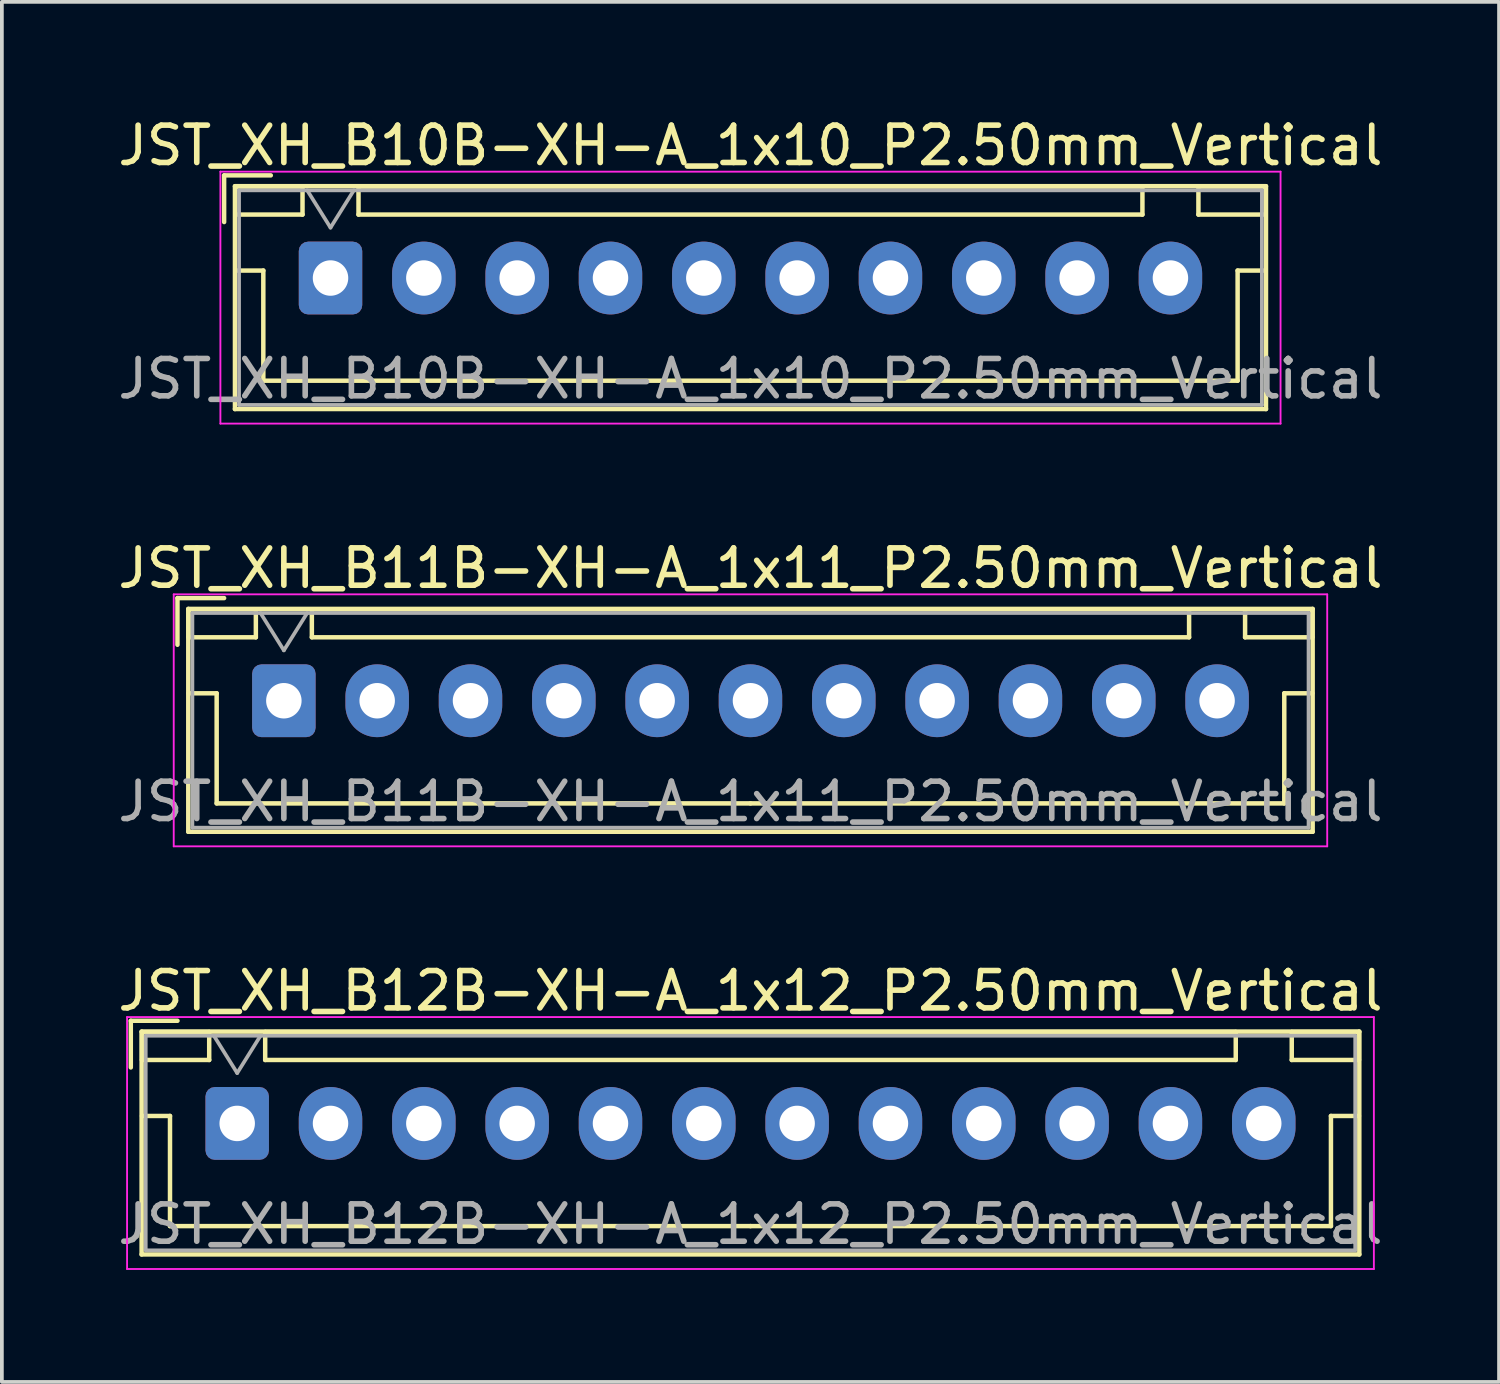
<source format=kicad_pcb>
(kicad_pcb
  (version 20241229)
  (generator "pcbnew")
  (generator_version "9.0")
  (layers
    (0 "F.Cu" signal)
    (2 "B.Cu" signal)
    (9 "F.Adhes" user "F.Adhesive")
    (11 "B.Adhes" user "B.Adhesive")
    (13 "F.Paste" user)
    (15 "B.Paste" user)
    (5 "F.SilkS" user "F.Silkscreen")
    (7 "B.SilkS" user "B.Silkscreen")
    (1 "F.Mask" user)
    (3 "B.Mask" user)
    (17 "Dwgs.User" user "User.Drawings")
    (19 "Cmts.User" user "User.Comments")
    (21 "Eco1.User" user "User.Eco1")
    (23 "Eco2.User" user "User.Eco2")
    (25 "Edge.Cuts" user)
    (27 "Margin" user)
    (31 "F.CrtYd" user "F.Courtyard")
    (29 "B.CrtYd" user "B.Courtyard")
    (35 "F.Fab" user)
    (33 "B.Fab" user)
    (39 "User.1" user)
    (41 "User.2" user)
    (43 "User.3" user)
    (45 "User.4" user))
  (footprint "JST_XH_B11B-XH-A_1x11_P2.50mm_Vertical"
    (layer "F.Cu")
    (at 4.554 15.722)
    (property "Reference" "JST_XH_B11B-XH-A_1x11_P2.50mm_Vertical" (at 12.5 -3.55 0) (layer "F.SilkS") (effects (font (size 1 1) (thickness 0.15))))
    (attr through_hole)
    (fp_line (start -2.85 -2.75) (end -2.85 -1.5) (stroke (width 0.12) (type solid)) (layer "F.SilkS"))
    (fp_line (start -2.56 -2.46) (end -2.56 3.51) (stroke (width 0.12) (type solid)) (layer "F.SilkS"))
    (fp_line (start -2.56 3.51) (end 27.56 3.51) (stroke (width 0.12) (type solid)) (layer "F.SilkS"))
    (fp_line (start -2.55 -2.45) (end -2.55 -1.7) (stroke (width 0.12) (type solid)) (layer "F.SilkS"))
    (fp_line (start -2.55 -1.7) (end -0.75 -1.7) (stroke (width 0.12) (type solid)) (layer "F.SilkS"))
    (fp_line (start -2.55 -0.2) (end -1.8 -0.2) (stroke (width 0.12) (type solid)) (layer "F.SilkS"))
    (fp_line (start -1.8 -0.2) (end -1.8 2.75) (stroke (width 0.12) (type solid)) (layer "F.SilkS"))
    (fp_line (start -1.8 2.75) (end 12.5 2.75) (stroke (width 0.12) (type solid)) (layer "F.SilkS"))
    (fp_line (start -1.6 -2.75) (end -2.85 -2.75) (stroke (width 0.12) (type solid)) (layer "F.SilkS"))
    (fp_line (start -0.75 -2.45) (end -2.55 -2.45) (stroke (width 0.12) (type solid)) (layer "F.SilkS"))
    (fp_line (start -0.75 -1.7) (end -0.75 -2.45) (stroke (width 0.12) (type solid)) (layer "F.SilkS"))
    (fp_line (start 0.75 -2.45) (end 0.75 -1.7) (stroke (width 0.12) (type solid)) (layer "F.SilkS"))
    (fp_line (start 0.75 -1.7) (end 24.25 -1.7) (stroke (width 0.12) (type solid)) (layer "F.SilkS"))
    (fp_line (start 24.25 -2.45) (end 0.75 -2.45) (stroke (width 0.12) (type solid)) (layer "F.SilkS"))
    (fp_line (start 24.25 -1.7) (end 24.25 -2.45) (stroke (width 0.12) (type solid)) (layer "F.SilkS"))
    (fp_line (start 25.75 -2.45) (end 25.75 -1.7) (stroke (width 0.12) (type solid)) (layer "F.SilkS"))
    (fp_line (start 25.75 -1.7) (end 27.55 -1.7) (stroke (width 0.12) (type solid)) (layer "F.SilkS"))
    (fp_line (start 26.8 -0.2) (end 26.8 2.75) (stroke (width 0.12) (type solid)) (layer "F.SilkS"))
    (fp_line (start 26.8 2.75) (end 12.5 2.75) (stroke (width 0.12) (type solid)) (layer "F.SilkS"))
    (fp_line (start 27.55 -2.45) (end 25.75 -2.45) (stroke (width 0.12) (type solid)) (layer "F.SilkS"))
    (fp_line (start 27.55 -1.7) (end 27.55 -2.45) (stroke (width 0.12) (type solid)) (layer "F.SilkS"))
    (fp_line (start 27.55 -0.2) (end 26.8 -0.2) (stroke (width 0.12) (type solid)) (layer "F.SilkS"))
    (fp_line (start 27.56 -2.46) (end -2.56 -2.46) (stroke (width 0.12) (type solid)) (layer "F.SilkS"))
    (fp_line (start 27.56 3.51) (end 27.56 -2.46) (stroke (width 0.12) (type solid)) (layer "F.SilkS"))
    (fp_line (start -2.95 -2.85) (end -2.95 3.9) (stroke (width 0.05) (type solid)) (layer "F.CrtYd"))
    (fp_line (start -2.95 3.9) (end 27.95 3.9) (stroke (width 0.05) (type solid)) (layer "F.CrtYd"))
    (fp_line (start 27.95 -2.85) (end -2.95 -2.85) (stroke (width 0.05) (type solid)) (layer "F.CrtYd"))
    (fp_line (start 27.95 3.9) (end 27.95 -2.85) (stroke (width 0.05) (type solid)) (layer "F.CrtYd"))
    (fp_line (start -2.45 -2.35) (end -2.45 3.4) (stroke (width 0.1) (type solid)) (layer "F.Fab"))
    (fp_line (start -2.45 3.4) (end 27.45 3.4) (stroke (width 0.1) (type solid)) (layer "F.Fab"))
    (fp_line (start -0.625 -2.35) (end 0 -1.35) (stroke (width 0.1) (type solid)) (layer "F.Fab"))
    (fp_line (start 0 -1.35) (end 0.625 -2.35) (stroke (width 0.1) (type solid)) (layer "F.Fab"))
    (fp_line (start 27.45 -2.35) (end -2.45 -2.35) (stroke (width 0.1) (type solid)) (layer "F.Fab"))
    (fp_line (start 27.45 3.4) (end 27.45 -2.35) (stroke (width 0.1) (type solid)) (layer "F.Fab"))
    (fp_text user "${REFERENCE}" (at 12.5 2.7 0) (layer "F.Fab") (effects (font (size 1 1) (thickness 0.15))))
    (pad "1" thru_hole roundrect (at 0 0) (size 1.7 1.95) (drill 0.95) (layers "*.Cu" "*.Mask") (roundrect_rratio 0.147))
    (pad "2" thru_hole oval (at 2.5 0) (size 1.7 1.95) (drill 0.95) (layers "*.Cu" "*.Mask"))
    (pad "3" thru_hole oval (at 5 0) (size 1.7 1.95) (drill 0.95) (layers "*.Cu" "*.Mask"))
    (pad "4" thru_hole oval (at 7.5 0) (size 1.7 1.95) (drill 0.95) (layers "*.Cu" "*.Mask"))
    (pad "5" thru_hole oval (at 10 0) (size 1.7 1.95) (drill 0.95) (layers "*.Cu" "*.Mask"))
    (pad "6" thru_hole oval (at 12.5 0) (size 1.7 1.95) (drill 0.95) (layers "*.Cu" "*.Mask"))
    (pad "7" thru_hole oval (at 15 0) (size 1.7 1.95) (drill 0.95) (layers "*.Cu" "*.Mask"))
    (pad "8" thru_hole oval (at 17.5 0) (size 1.7 1.95) (drill 0.95) (layers "*.Cu" "*.Mask"))
    (pad "9" thru_hole oval (at 20 0) (size 1.7 1.95) (drill 0.95) (layers "*.Cu" "*.Mask"))
    (pad "10" thru_hole oval (at 22.5 0) (size 1.7 1.95) (drill 0.95) (layers "*.Cu" "*.Mask"))
    (pad "11" thru_hole oval (at 25 0) (size 1.7 1.95) (drill 0.95) (layers "*.Cu" "*.Mask")))
  (footprint "JST_XH_B10B-XH-A_1x10_P2.50mm_Vertical"
    (layer "F.Cu")
    (at 5.804 4.398)
    (property "Reference" "JST_XH_B10B-XH-A_1x10_P2.50mm_Vertical" (at 11.25 -3.55 0) (layer "F.SilkS") (effects (font (size 1 1) (thickness 0.15))))
    (attr through_hole)
    (fp_line (start -2.85 -2.75) (end -2.85 -1.5) (stroke (width 0.12) (type solid)) (layer "F.SilkS"))
    (fp_line (start -2.56 -2.46) (end -2.56 3.51) (stroke (width 0.12) (type solid)) (layer "F.SilkS"))
    (fp_line (start -2.56 3.51) (end 25.06 3.51) (stroke (width 0.12) (type solid)) (layer "F.SilkS"))
    (fp_line (start -2.55 -2.45) (end -2.55 -1.7) (stroke (width 0.12) (type solid)) (layer "F.SilkS"))
    (fp_line (start -2.55 -1.7) (end -0.75 -1.7) (stroke (width 0.12) (type solid)) (layer "F.SilkS"))
    (fp_line (start -2.55 -0.2) (end -1.8 -0.2) (stroke (width 0.12) (type solid)) (layer "F.SilkS"))
    (fp_line (start -1.8 -0.2) (end -1.8 2.75) (stroke (width 0.12) (type solid)) (layer "F.SilkS"))
    (fp_line (start -1.8 2.75) (end 11.25 2.75) (stroke (width 0.12) (type solid)) (layer "F.SilkS"))
    (fp_line (start -1.6 -2.75) (end -2.85 -2.75) (stroke (width 0.12) (type solid)) (layer "F.SilkS"))
    (fp_line (start -0.75 -2.45) (end -2.55 -2.45) (stroke (width 0.12) (type solid)) (layer "F.SilkS"))
    (fp_line (start -0.75 -1.7) (end -0.75 -2.45) (stroke (width 0.12) (type solid)) (layer "F.SilkS"))
    (fp_line (start 0.75 -2.45) (end 0.75 -1.7) (stroke (width 0.12) (type solid)) (layer "F.SilkS"))
    (fp_line (start 0.75 -1.7) (end 21.75 -1.7) (stroke (width 0.12) (type solid)) (layer "F.SilkS"))
    (fp_line (start 21.75 -2.45) (end 0.75 -2.45) (stroke (width 0.12) (type solid)) (layer "F.SilkS"))
    (fp_line (start 21.75 -1.7) (end 21.75 -2.45) (stroke (width 0.12) (type solid)) (layer "F.SilkS"))
    (fp_line (start 23.25 -2.45) (end 23.25 -1.7) (stroke (width 0.12) (type solid)) (layer "F.SilkS"))
    (fp_line (start 23.25 -1.7) (end 25.05 -1.7) (stroke (width 0.12) (type solid)) (layer "F.SilkS"))
    (fp_line (start 24.3 -0.2) (end 24.3 2.75) (stroke (width 0.12) (type solid)) (layer "F.SilkS"))
    (fp_line (start 24.3 2.75) (end 11.25 2.75) (stroke (width 0.12) (type solid)) (layer "F.SilkS"))
    (fp_line (start 25.05 -2.45) (end 23.25 -2.45) (stroke (width 0.12) (type solid)) (layer "F.SilkS"))
    (fp_line (start 25.05 -1.7) (end 25.05 -2.45) (stroke (width 0.12) (type solid)) (layer "F.SilkS"))
    (fp_line (start 25.05 -0.2) (end 24.3 -0.2) (stroke (width 0.12) (type solid)) (layer "F.SilkS"))
    (fp_line (start 25.06 -2.46) (end -2.56 -2.46) (stroke (width 0.12) (type solid)) (layer "F.SilkS"))
    (fp_line (start 25.06 3.51) (end 25.06 -2.46) (stroke (width 0.12) (type solid)) (layer "F.SilkS"))
    (fp_line (start -2.95 -2.85) (end -2.95 3.9) (stroke (width 0.05) (type solid)) (layer "F.CrtYd"))
    (fp_line (start -2.95 3.9) (end 25.45 3.9) (stroke (width 0.05) (type solid)) (layer "F.CrtYd"))
    (fp_line (start 25.45 -2.85) (end -2.95 -2.85) (stroke (width 0.05) (type solid)) (layer "F.CrtYd"))
    (fp_line (start 25.45 3.9) (end 25.45 -2.85) (stroke (width 0.05) (type solid)) (layer "F.CrtYd"))
    (fp_line (start -2.45 -2.35) (end -2.45 3.4) (stroke (width 0.1) (type solid)) (layer "F.Fab"))
    (fp_line (start -2.45 3.4) (end 24.95 3.4) (stroke (width 0.1) (type solid)) (layer "F.Fab"))
    (fp_line (start -0.625 -2.35) (end 0 -1.35) (stroke (width 0.1) (type solid)) (layer "F.Fab"))
    (fp_line (start 0 -1.35) (end 0.625 -2.35) (stroke (width 0.1) (type solid)) (layer "F.Fab"))
    (fp_line (start 24.95 -2.35) (end -2.45 -2.35) (stroke (width 0.1) (type solid)) (layer "F.Fab"))
    (fp_line (start 24.95 3.4) (end 24.95 -2.35) (stroke (width 0.1) (type solid)) (layer "F.Fab"))
    (fp_text user "${REFERENCE}" (at 11.25 2.7 0) (layer "F.Fab") (effects (font (size 1 1) (thickness 0.15))))
    (pad "1" thru_hole roundrect (at 0 0) (size 1.7 1.95) (drill 0.95) (layers "*.Cu" "*.Mask") (roundrect_rratio 0.147))
    (pad "2" thru_hole oval (at 2.5 0) (size 1.7 1.95) (drill 0.95) (layers "*.Cu" "*.Mask"))
    (pad "3" thru_hole oval (at 5 0) (size 1.7 1.95) (drill 0.95) (layers "*.Cu" "*.Mask"))
    (pad "4" thru_hole oval (at 7.5 0) (size 1.7 1.95) (drill 0.95) (layers "*.Cu" "*.Mask"))
    (pad "5" thru_hole oval (at 10 0) (size 1.7 1.95) (drill 0.95) (layers "*.Cu" "*.Mask"))
    (pad "6" thru_hole oval (at 12.5 0) (size 1.7 1.95) (drill 0.95) (layers "*.Cu" "*.Mask"))
    (pad "7" thru_hole oval (at 15 0) (size 1.7 1.95) (drill 0.95) (layers "*.Cu" "*.Mask"))
    (pad "8" thru_hole oval (at 17.5 0) (size 1.7 1.95) (drill 0.95) (layers "*.Cu" "*.Mask"))
    (pad "9" thru_hole oval (at 20 0) (size 1.7 1.95) (drill 0.95) (layers "*.Cu" "*.Mask"))
    (pad "10" thru_hole oval (at 22.5 0) (size 1.7 1.95) (drill 0.95) (layers "*.Cu" "*.Mask")))
  (footprint "JST_XH_B12B-XH-A_1x12_P2.50mm_Vertical"
    (layer "F.Cu")
    (at 3.304 27.045)
    (property "Reference" "JST_XH_B12B-XH-A_1x12_P2.50mm_Vertical" (at 13.75 -3.55 0) (layer "F.SilkS") (effects (font (size 1 1) (thickness 0.15))))
    (attr through_hole)
    (fp_line (start -2.85 -2.75) (end -2.85 -1.5) (stroke (width 0.12) (type solid)) (layer "F.SilkS"))
    (fp_line (start -2.56 -2.46) (end -2.56 3.51) (stroke (width 0.12) (type solid)) (layer "F.SilkS"))
    (fp_line (start -2.56 3.51) (end 30.06 3.51) (stroke (width 0.12) (type solid)) (layer "F.SilkS"))
    (fp_line (start -2.55 -2.45) (end -2.55 -1.7) (stroke (width 0.12) (type solid)) (layer "F.SilkS"))
    (fp_line (start -2.55 -1.7) (end -0.75 -1.7) (stroke (width 0.12) (type solid)) (layer "F.SilkS"))
    (fp_line (start -2.55 -0.2) (end -1.8 -0.2) (stroke (width 0.12) (type solid)) (layer "F.SilkS"))
    (fp_line (start -1.8 -0.2) (end -1.8 2.75) (stroke (width 0.12) (type solid)) (layer "F.SilkS"))
    (fp_line (start -1.8 2.75) (end 13.75 2.75) (stroke (width 0.12) (type solid)) (layer "F.SilkS"))
    (fp_line (start -1.6 -2.75) (end -2.85 -2.75) (stroke (width 0.12) (type solid)) (layer "F.SilkS"))
    (fp_line (start -0.75 -2.45) (end -2.55 -2.45) (stroke (width 0.12) (type solid)) (layer "F.SilkS"))
    (fp_line (start -0.75 -1.7) (end -0.75 -2.45) (stroke (width 0.12) (type solid)) (layer "F.SilkS"))
    (fp_line (start 0.75 -2.45) (end 0.75 -1.7) (stroke (width 0.12) (type solid)) (layer "F.SilkS"))
    (fp_line (start 0.75 -1.7) (end 26.75 -1.7) (stroke (width 0.12) (type solid)) (layer "F.SilkS"))
    (fp_line (start 26.75 -2.45) (end 0.75 -2.45) (stroke (width 0.12) (type solid)) (layer "F.SilkS"))
    (fp_line (start 26.75 -1.7) (end 26.75 -2.45) (stroke (width 0.12) (type solid)) (layer "F.SilkS"))
    (fp_line (start 28.25 -2.45) (end 28.25 -1.7) (stroke (width 0.12) (type solid)) (layer "F.SilkS"))
    (fp_line (start 28.25 -1.7) (end 30.05 -1.7) (stroke (width 0.12) (type solid)) (layer "F.SilkS"))
    (fp_line (start 29.3 -0.2) (end 29.3 2.75) (stroke (width 0.12) (type solid)) (layer "F.SilkS"))
    (fp_line (start 29.3 2.75) (end 13.75 2.75) (stroke (width 0.12) (type solid)) (layer "F.SilkS"))
    (fp_line (start 30.05 -2.45) (end 28.25 -2.45) (stroke (width 0.12) (type solid)) (layer "F.SilkS"))
    (fp_line (start 30.05 -1.7) (end 30.05 -2.45) (stroke (width 0.12) (type solid)) (layer "F.SilkS"))
    (fp_line (start 30.05 -0.2) (end 29.3 -0.2) (stroke (width 0.12) (type solid)) (layer "F.SilkS"))
    (fp_line (start 30.06 -2.46) (end -2.56 -2.46) (stroke (width 0.12) (type solid)) (layer "F.SilkS"))
    (fp_line (start 30.06 3.51) (end 30.06 -2.46) (stroke (width 0.12) (type solid)) (layer "F.SilkS"))
    (fp_line (start -2.95 -2.85) (end -2.95 3.9) (stroke (width 0.05) (type solid)) (layer "F.CrtYd"))
    (fp_line (start -2.95 3.9) (end 30.45 3.9) (stroke (width 0.05) (type solid)) (layer "F.CrtYd"))
    (fp_line (start 30.45 -2.85) (end -2.95 -2.85) (stroke (width 0.05) (type solid)) (layer "F.CrtYd"))
    (fp_line (start 30.45 3.9) (end 30.45 -2.85) (stroke (width 0.05) (type solid)) (layer "F.CrtYd"))
    (fp_line (start -2.45 -2.35) (end -2.45 3.4) (stroke (width 0.1) (type solid)) (layer "F.Fab"))
    (fp_line (start -2.45 3.4) (end 29.95 3.4) (stroke (width 0.1) (type solid)) (layer "F.Fab"))
    (fp_line (start -0.625 -2.35) (end 0 -1.35) (stroke (width 0.1) (type solid)) (layer "F.Fab"))
    (fp_line (start 0 -1.35) (end 0.625 -2.35) (stroke (width 0.1) (type solid)) (layer "F.Fab"))
    (fp_line (start 29.95 -2.35) (end -2.45 -2.35) (stroke (width 0.1) (type solid)) (layer "F.Fab"))
    (fp_line (start 29.95 3.4) (end 29.95 -2.35) (stroke (width 0.1) (type solid)) (layer "F.Fab"))
    (fp_text user "${REFERENCE}" (at 13.75 2.7 0) (layer "F.Fab") (effects (font (size 1 1) (thickness 0.15))))
    (pad "1" thru_hole roundrect (at 0 0) (size 1.7 1.95) (drill 0.95) (layers "*.Cu" "*.Mask") (roundrect_rratio 0.147))
    (pad "2" thru_hole oval (at 2.5 0) (size 1.7 1.95) (drill 0.95) (layers "*.Cu" "*.Mask"))
    (pad "3" thru_hole oval (at 5 0) (size 1.7 1.95) (drill 0.95) (layers "*.Cu" "*.Mask"))
    (pad "4" thru_hole oval (at 7.5 0) (size 1.7 1.95) (drill 0.95) (layers "*.Cu" "*.Mask"))
    (pad "5" thru_hole oval (at 10 0) (size 1.7 1.95) (drill 0.95) (layers "*.Cu" "*.Mask"))
    (pad "6" thru_hole oval (at 12.5 0) (size 1.7 1.95) (drill 0.95) (layers "*.Cu" "*.Mask"))
    (pad "7" thru_hole oval (at 15 0) (size 1.7 1.95) (drill 0.95) (layers "*.Cu" "*.Mask"))
    (pad "8" thru_hole oval (at 17.5 0) (size 1.7 1.95) (drill 0.95) (layers "*.Cu" "*.Mask"))
    (pad "9" thru_hole oval (at 20 0) (size 1.7 1.95) (drill 0.95) (layers "*.Cu" "*.Mask"))
    (pad "10" thru_hole oval (at 22.5 0) (size 1.7 1.95) (drill 0.95) (layers "*.Cu" "*.Mask"))
    (pad "11" thru_hole oval (at 25 0) (size 1.7 1.95) (drill 0.95) (layers "*.Cu" "*.Mask"))
    (pad "12" thru_hole oval (at 27.5 0) (size 1.7 1.95) (drill 0.95) (layers "*.Cu" "*.Mask")))
  (gr_rect
    (start -3 -3)
    (end 37.107 33.97)
    (stroke (width 0.1) (type default))
    (fill no)
    (layer "Edge.Cuts")))
</source>
